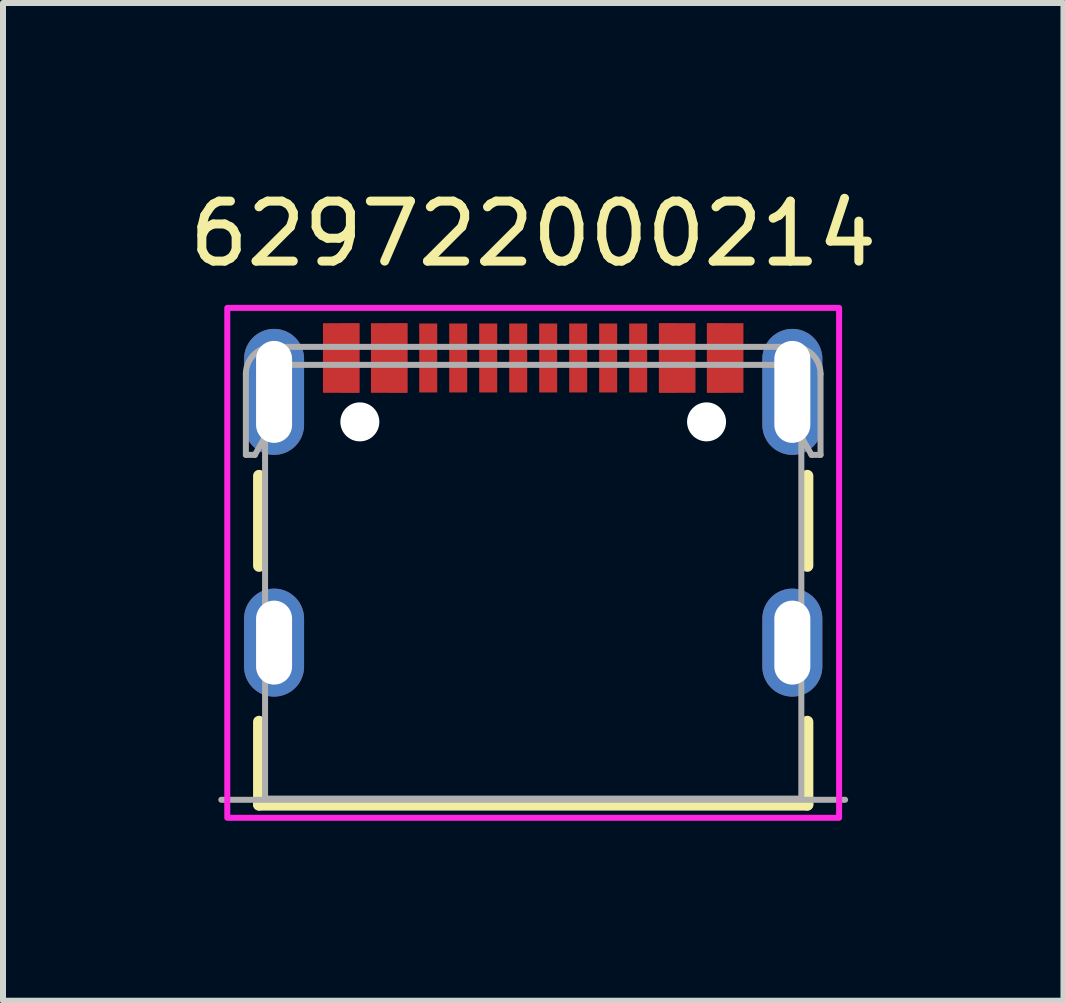
<source format=kicad_pcb>
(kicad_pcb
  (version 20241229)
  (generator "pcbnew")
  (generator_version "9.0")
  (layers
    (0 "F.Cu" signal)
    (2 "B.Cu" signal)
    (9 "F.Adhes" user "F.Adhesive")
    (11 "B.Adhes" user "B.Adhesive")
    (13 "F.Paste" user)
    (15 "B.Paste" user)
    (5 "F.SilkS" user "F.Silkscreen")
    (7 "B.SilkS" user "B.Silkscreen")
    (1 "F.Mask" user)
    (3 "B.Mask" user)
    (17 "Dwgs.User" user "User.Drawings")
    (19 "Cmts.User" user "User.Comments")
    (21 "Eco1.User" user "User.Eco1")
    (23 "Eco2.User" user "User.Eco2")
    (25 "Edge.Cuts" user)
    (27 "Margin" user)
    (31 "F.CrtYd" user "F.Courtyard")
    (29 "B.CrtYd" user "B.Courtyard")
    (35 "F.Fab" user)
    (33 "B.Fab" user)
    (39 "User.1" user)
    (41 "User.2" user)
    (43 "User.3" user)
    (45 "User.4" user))
  (footprint "629722000214"
    (layer "F.Cu")
    (at 5.839 7.663)
    (property "Reference" "629722000214" (at 0 -6.815 0) (layer "F.SilkS") (effects (font (size 1 1) (thickness 0.15))))
    (attr smd)
    (fp_poly (pts (xy -3.6 -5.42) (xy -3.6 -4.07) (xy -2.8 -4.07) (xy -2.8 -5.42)) (stroke (width 0.01) (type solid)) (fill yes) (layer "F.Mask"))
    (fp_poly (pts (xy -2.8 -5.42) (xy -2.8 -4.07) (xy -2 -4.07) (xy -2 -5.42)) (stroke (width 0.01) (type solid)) (fill yes) (layer "F.Mask"))
    (fp_poly (pts (xy 2 -5.42) (xy 2 -4.07) (xy 2.8 -4.07) (xy 2.8 -5.42)) (stroke (width 0.01) (type solid)) (fill yes) (layer "F.Mask"))
    (fp_poly (pts (xy 2.8 -5.42) (xy 2.8 -4.07) (xy 3.6 -4.07) (xy 3.6 -5.42)) (stroke (width 0.01) (type solid)) (fill yes) (layer "F.Mask"))
    (fp_line (start -4.57 -2.78) (end -4.57 -1.28) (stroke (width 0.2) (type solid)) (layer "F.SilkS"))
    (fp_line (start -4.57 1.32) (end -4.57 2.7) (stroke (width 0.2) (type solid)) (layer "F.SilkS"))
    (fp_line (start -4.57 2.7) (end 4.57 2.7) (stroke (width 0.2) (type solid)) (layer "F.SilkS"))
    (fp_line (start 4.57 -1.28) (end 4.57 -2.78) (stroke (width 0.2) (type solid)) (layer "F.SilkS"))
    (fp_line (start 4.57 2.7) (end 4.57 1.32) (stroke (width 0.2) (type solid)) (layer "F.SilkS"))
    (fp_poly (pts (xy -3.5 -5.32) (xy -3.5 -4.17) (xy -2.9 -4.17) (xy -2.9 -5.32)) (stroke (width 0.01) (type solid)) (fill yes) (layer "F.Paste"))
    (fp_poly (pts (xy -2.7 -5.32) (xy -2.7 -4.17) (xy -2.1 -4.17) (xy -2.1 -5.32)) (stroke (width 0.01) (type solid)) (fill yes) (layer "F.Paste"))
    (fp_poly (pts (xy 2.1 -5.32) (xy 2.1 -4.17) (xy 2.7 -4.17) (xy 2.7 -5.32)) (stroke (width 0.01) (type solid)) (fill yes) (layer "F.Paste"))
    (fp_poly (pts (xy 2.9 -5.32) (xy 2.9 -4.17) (xy 3.5 -4.17) (xy 3.5 -5.32)) (stroke (width 0.01) (type solid)) (fill yes) (layer "F.Paste"))
    (fp_poly (pts (xy -5.1 -5.58) (xy -5.1 2.92) (xy 5.1 2.92) (xy 5.1 -5.58)) (stroke (width 0.1) (type solid)) (fill no) (layer "F.CrtYd"))
    (fp_line (start -5.2 2.62) (end 5.2 2.62) (stroke (width 0.1) (type solid)) (layer "F.Fab"))
    (fp_line (start -4.79 -4.48) (end -4.79 -3.13) (stroke (width 0.1) (type solid)) (layer "F.Fab"))
    (fp_line (start -4.79 -3.13) (end -4.64 -3.13) (stroke (width 0.1) (type solid)) (layer "F.Fab"))
    (fp_line (start -4.64 -3.13) (end -4.47 -3.43) (stroke (width 0.1) (type solid)) (layer "F.Fab"))
    (fp_line (start -4.49 -4.48) (end -4.49 -3.395) (stroke (width 0.1) (type solid)) (layer "F.Fab"))
    (fp_line (start -4.47 -4.55) (end -4.47 -3.43) (stroke (width 0.1) (type solid)) (layer "F.Fab"))
    (fp_line (start -4.47 -3.43) (end -4.47 2.6) (stroke (width 0.1) (type solid)) (layer "F.Fab"))
    (fp_line (start -4.47 2.6) (end 4.47 2.6) (stroke (width 0.1) (type solid)) (layer "F.Fab"))
    (fp_line (start -4.34 -4.63) (end 4.34 -4.63) (stroke (width 0.1) (type solid)) (layer "F.Fab"))
    (fp_line (start 4.36 -4.93) (end -4.36 -4.93) (stroke (width 0.1) (type solid)) (layer "F.Fab"))
    (fp_line (start 4.47 -4.55) (end 4.47 -3.43) (stroke (width 0.1) (type solid)) (layer "F.Fab"))
    (fp_line (start 4.47 -3.43) (end 4.47 2.6) (stroke (width 0.1) (type solid)) (layer "F.Fab"))
    (fp_line (start 4.49 -4.48) (end 4.49 -3.395) (stroke (width 0.1) (type solid)) (layer "F.Fab"))
    (fp_line (start 4.64 -3.13) (end 4.47 -3.43) (stroke (width 0.1) (type solid)) (layer "F.Fab"))
    (fp_line (start 4.79 -4.48) (end 4.79 -3.13) (stroke (width 0.1) (type solid)) (layer "F.Fab"))
    (fp_line (start 4.79 -3.13) (end 4.64 -3.13) (stroke (width 0.1) (type solid)) (layer "F.Fab"))
    (fp_arc (start -4.79 -4.48) (mid -4.665284 -4.791272) (end -4.36 -4.93) (stroke (width 0.1) (type solid)) (layer "F.Fab"))
    (fp_arc (start -4.49 -4.48) (mid -4.446066 -4.586066) (end -4.34 -4.63) (stroke (width 0.1) (type solid)) (layer "F.Fab"))
    (fp_arc (start 4.34 -4.63) (mid 4.446066 -4.586066) (end 4.49 -4.48) (stroke (width 0.1) (type solid)) (layer "F.Fab"))
    (fp_arc (start 4.36 -4.93) (mid 4.665284 -4.791272) (end 4.79 -4.48) (stroke (width 0.1) (type solid)) (layer "F.Fab"))
    (fp_text user "PCB Cutout Area" (at 4.3 0.02 0) (layer "Edge.Cuts") (effects (font (size 0.1 0.1) (thickness 0.15))))
    (fp_text user "PCB Cutout Area" (at -4.3 -4.18 0) (layer "Edge.Cuts") (effects (font (size 0.1 0.1) (thickness 0.15))))
    (fp_text user "PCB Cutout Area" (at -4.3 0.02 0) (layer "Edge.Cuts") (effects (font (size 0.1 0.1) (thickness 0.15))))
    (fp_text user "PCB Cutout Area" (at 4.3 -4.18 0) (layer "Edge.Cuts") (effects (font (size 0.1 0.1) (thickness 0.15))))
    (pad "" np_thru_hole circle (at -2.89 -3.68) (size 0.65 0.65) (drill 0.65) (layers "*.Cu" "*.Mask"))
    (pad "" np_thru_hole circle (at 2.89 -3.68) (size 0.65 0.65) (drill 0.65) (layers "*.Cu" "*.Mask"))
    (pad "A1" smd custom (at -3.35 -4.745) (size 0.3 1.15) (layers "F.Cu") (options (anchor rect)) (primitives (gr_poly (pts (xy -0.15 -0.575) (xy -0.15 0.575) (xy 0.45 0.575) (xy 0.45 -0.575)) (width 0.01) (fill yes))))
    (pad "A4" smd custom (at -2.55 -4.745) (size 0.3 1.15) (layers "F.Cu") (options (anchor rect)) (primitives (gr_poly (pts (xy -0.15 -0.575) (xy -0.15 0.575) (xy 0.45 0.575) (xy 0.45 -0.575)) (width 0.01) (fill yes))))
    (pad "A5" smd rect (at -1.25 -4.745) (size 0.3 1.15) (layers "F.Cu" "F.Mask" "F.Paste"))
    (pad "A6" smd rect (at -0.25 -4.745) (size 0.3 1.15) (layers "F.Cu" "F.Mask" "F.Paste"))
    (pad "A7" smd rect (at 0.25 -4.745) (size 0.3 1.15) (layers "F.Cu" "F.Mask" "F.Paste"))
    (pad "A8" smd rect (at 1.25 -4.745) (size 0.3 1.15) (layers "F.Cu" "F.Mask" "F.Paste"))
    (pad "A9" smd custom (at 2.55 -4.745) (size 0.3 1.15) (layers "F.Cu") (options (anchor rect)) (primitives (gr_poly (pts (xy -0.45 -0.575) (xy -0.45 0.575) (xy 0.15 0.575) (xy 0.15 -0.575)) (width 0.01) (fill yes))))
    (pad "A12" smd custom (at 3.35 -4.745) (size 0.3 1.15) (layers "F.Cu") (options (anchor rect)) (primitives (gr_poly (pts (xy -0.45 -0.575) (xy -0.45 0.575) (xy 0.15 0.575) (xy 0.15 -0.575)) (width 0.01) (fill yes))))
    (pad "B1" smd rect (at 3.05 -4.745) (size 0.3 1.15) (layers "F.Cu"))
    (pad "B4" smd rect (at 2.25 -4.745) (size 0.3 1.15) (layers "F.Cu"))
    (pad "B5" smd rect (at 1.75 -4.745) (size 0.3 1.15) (layers "F.Cu" "F.Mask" "F.Paste"))
    (pad "B6" smd rect (at 0.75 -4.745) (size 0.3 1.15) (layers "F.Cu" "F.Mask" "F.Paste"))
    (pad "B7" smd rect (at -0.75 -4.745) (size 0.3 1.15) (layers "F.Cu" "F.Mask" "F.Paste"))
    (pad "B8" smd rect (at -1.75 -4.745) (size 0.3 1.15) (layers "F.Cu" "F.Mask" "F.Paste"))
    (pad "B9" smd rect (at -2.25 -4.745) (size 0.3 1.15) (layers "F.Cu"))
    (pad "B12" smd rect (at -3.05 -4.745) (size 0.3 1.15) (layers "F.Cu"))
    (pad "S1" thru_hole oval (at -4.32 -4.18) (size 1 2.1) (drill oval 0.6 1.7) (layers "*.Cu" "*.Mask"))
    (pad "S2" thru_hole oval (at 4.32 -4.18) (size 1 2.1) (drill oval 0.6 1.7) (layers "*.Cu" "*.Mask"))
    (pad "S3" thru_hole oval (at -4.32 0) (size 1 1.8) (drill oval 0.6 1.4) (layers "*.Cu" "*.Mask"))
    (pad "S4" thru_hole oval (at 4.32 0) (size 1 1.8) (drill oval 0.6 1.4) (layers "*.Cu" "*.Mask")))
  (gr_rect
    (start -3 -3)
    (end 14.679 13.633)
    (stroke (width 0.1) (type default))
    (fill no)
    (layer "Edge.Cuts")))
</source>
